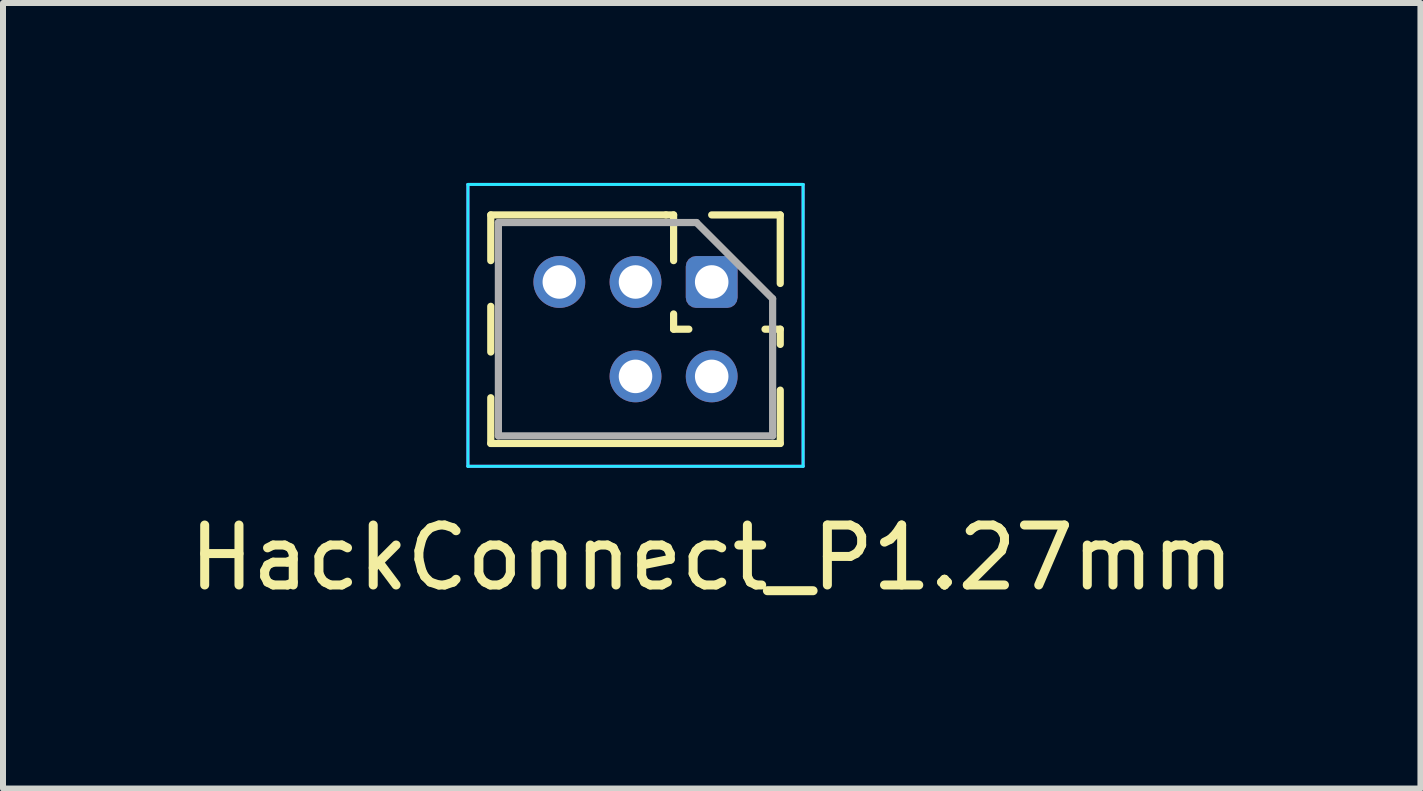
<source format=kicad_pcb>
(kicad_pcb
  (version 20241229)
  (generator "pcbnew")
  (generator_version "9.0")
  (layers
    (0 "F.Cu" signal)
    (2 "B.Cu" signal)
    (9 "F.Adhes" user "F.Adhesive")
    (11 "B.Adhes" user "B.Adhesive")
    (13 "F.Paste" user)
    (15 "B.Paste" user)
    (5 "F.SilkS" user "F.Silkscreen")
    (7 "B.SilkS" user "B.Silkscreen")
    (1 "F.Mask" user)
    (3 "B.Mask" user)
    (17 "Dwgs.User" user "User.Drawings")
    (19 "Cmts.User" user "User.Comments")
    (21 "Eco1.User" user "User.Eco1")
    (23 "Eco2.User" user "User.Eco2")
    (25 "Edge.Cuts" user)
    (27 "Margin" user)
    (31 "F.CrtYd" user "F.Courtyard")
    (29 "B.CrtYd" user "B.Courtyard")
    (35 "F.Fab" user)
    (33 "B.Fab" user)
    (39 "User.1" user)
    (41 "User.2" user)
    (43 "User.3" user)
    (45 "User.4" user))
  (footprint "HackConnect_P1.27mm"
    (layer "F.Cu")
    (at 8.815 2.438)
    (property "Reference" "HackConnect_P1.27mm" (at 0 3.81 0) (layer "F.SilkS") (effects (font (size 1 1) (thickness 0.15))))
    (attr through_hole)
    (fp_line (start -3.683 -1.905) (end -3.683 -1.143) (stroke (width 0.12) (type solid)) (layer "F.SilkS"))
    (fp_line (start -3.683 -1.905) (end -0.762 -1.905) (stroke (width 0.12) (type solid)) (layer "F.SilkS"))
    (fp_line (start -3.683 -0.381) (end -3.683 0.381) (stroke (width 0.12) (type solid)) (layer "F.SilkS"))
    (fp_line (start -3.683 1.905) (end -3.683 1.143) (stroke (width 0.12) (type solid)) (layer "F.SilkS"))
    (fp_line (start -0.762 -1.905) (end -0.635 -1.905) (stroke (width 0.12) (type solid)) (layer "F.SilkS"))
    (fp_line (start -0.635 -1.905) (end -0.635 -1.143) (stroke (width 0.12) (type solid)) (layer "F.SilkS"))
    (fp_line (start -0.635 -0.254) (end -0.635 0) (stroke (width 0.12) (type solid)) (layer "F.SilkS"))
    (fp_line (start -0.635 0) (end -0.381 0) (stroke (width 0.12) (type solid)) (layer "F.SilkS"))
    (fp_line (start 0 -1.905) (end 1.143 -1.905) (stroke (width 0.12) (type solid)) (layer "F.SilkS"))
    (fp_line (start 0.889 0) (end 1.143 0) (stroke (width 0.12) (type solid)) (layer "F.SilkS"))
    (fp_line (start 1.143 -1.905) (end 1.143 -0.762) (stroke (width 0.12) (type solid)) (layer "F.SilkS"))
    (fp_line (start 1.143 0) (end 1.143 0.254) (stroke (width 0.12) (type solid)) (layer "F.SilkS"))
    (fp_line (start 1.143 1.016) (end 1.143 1.905) (stroke (width 0.12) (type solid)) (layer "F.SilkS"))
    (fp_line (start 1.143 1.905) (end -3.683 1.905) (stroke (width 0.12) (type solid)) (layer "F.SilkS"))
    (fp_line (start -4.064 -2.413) (end 1.524 -2.413) (stroke (width 0.05) (type solid)) (layer "B.CrtYd"))
    (fp_line (start -4.064 2.286) (end -4.064 -2.413) (stroke (width 0.05) (type solid)) (layer "B.CrtYd"))
    (fp_line (start 1.524 -2.413) (end 1.524 2.286) (stroke (width 0.05) (type solid)) (layer "B.CrtYd"))
    (fp_line (start 1.524 2.286) (end -4.064 2.286) (stroke (width 0.05) (type solid)) (layer "B.CrtYd"))
    (fp_line (start -4.064 -2.413) (end 1.524 -2.413) (stroke (width 0.05) (type solid)) (layer "F.CrtYd"))
    (fp_line (start -4.064 2.286) (end -4.064 -2.413) (stroke (width 0.05) (type solid)) (layer "F.CrtYd"))
    (fp_line (start 1.524 -2.413) (end 1.524 2.286) (stroke (width 0.05) (type solid)) (layer "F.CrtYd"))
    (fp_line (start 1.524 2.286) (end -4.064 2.286) (stroke (width 0.05) (type solid)) (layer "F.CrtYd"))
    (fp_line (start -3.556 -1.778) (end -0.254 -1.778) (stroke (width 0.12) (type solid)) (layer "F.Fab"))
    (fp_line (start -3.556 1.778) (end -3.556 -1.778) (stroke (width 0.12) (type solid)) (layer "F.Fab"))
    (fp_line (start -0.254 -1.778) (end 1.016 -0.508) (stroke (width 0.12) (type solid)) (layer "F.Fab"))
    (fp_line (start 1.016 -0.508) (end 1.016 1.778) (stroke (width 0.12) (type solid)) (layer "F.Fab"))
    (fp_line (start 1.016 1.778) (end -3.556 1.778) (stroke (width 0.12) (type solid)) (layer "F.Fab"))
    (pad "1" thru_hole roundrect (at 0 -0.787) (size 0.864 0.864) (drill 0.559) (layers "*.Cu" "*.Mask") (roundrect_rratio 0.2))
    (pad "2" thru_hole circle (at 0 0.787) (size 0.864 0.864) (drill 0.559) (layers "*.Cu" "*.Mask"))
    (pad "3" thru_hole circle (at -1.27 -0.787) (size 0.864 0.864) (drill 0.559) (layers "*.Cu" "*.Mask"))
    (pad "4" thru_hole circle (at -1.27 0.787) (size 0.864 0.864) (drill 0.559) (layers "*.Cu" "*.Mask"))
    (pad "5" thru_hole circle (at -2.54 -0.787) (size 0.864 0.864) (drill 0.559) (layers "*.Cu" "*.Mask")))
  (gr_rect
    (start -3 -3)
    (end 20.631 10.096)
    (stroke (width 0.1) (type default))
    (fill no)
    (layer "Edge.Cuts")))
</source>
